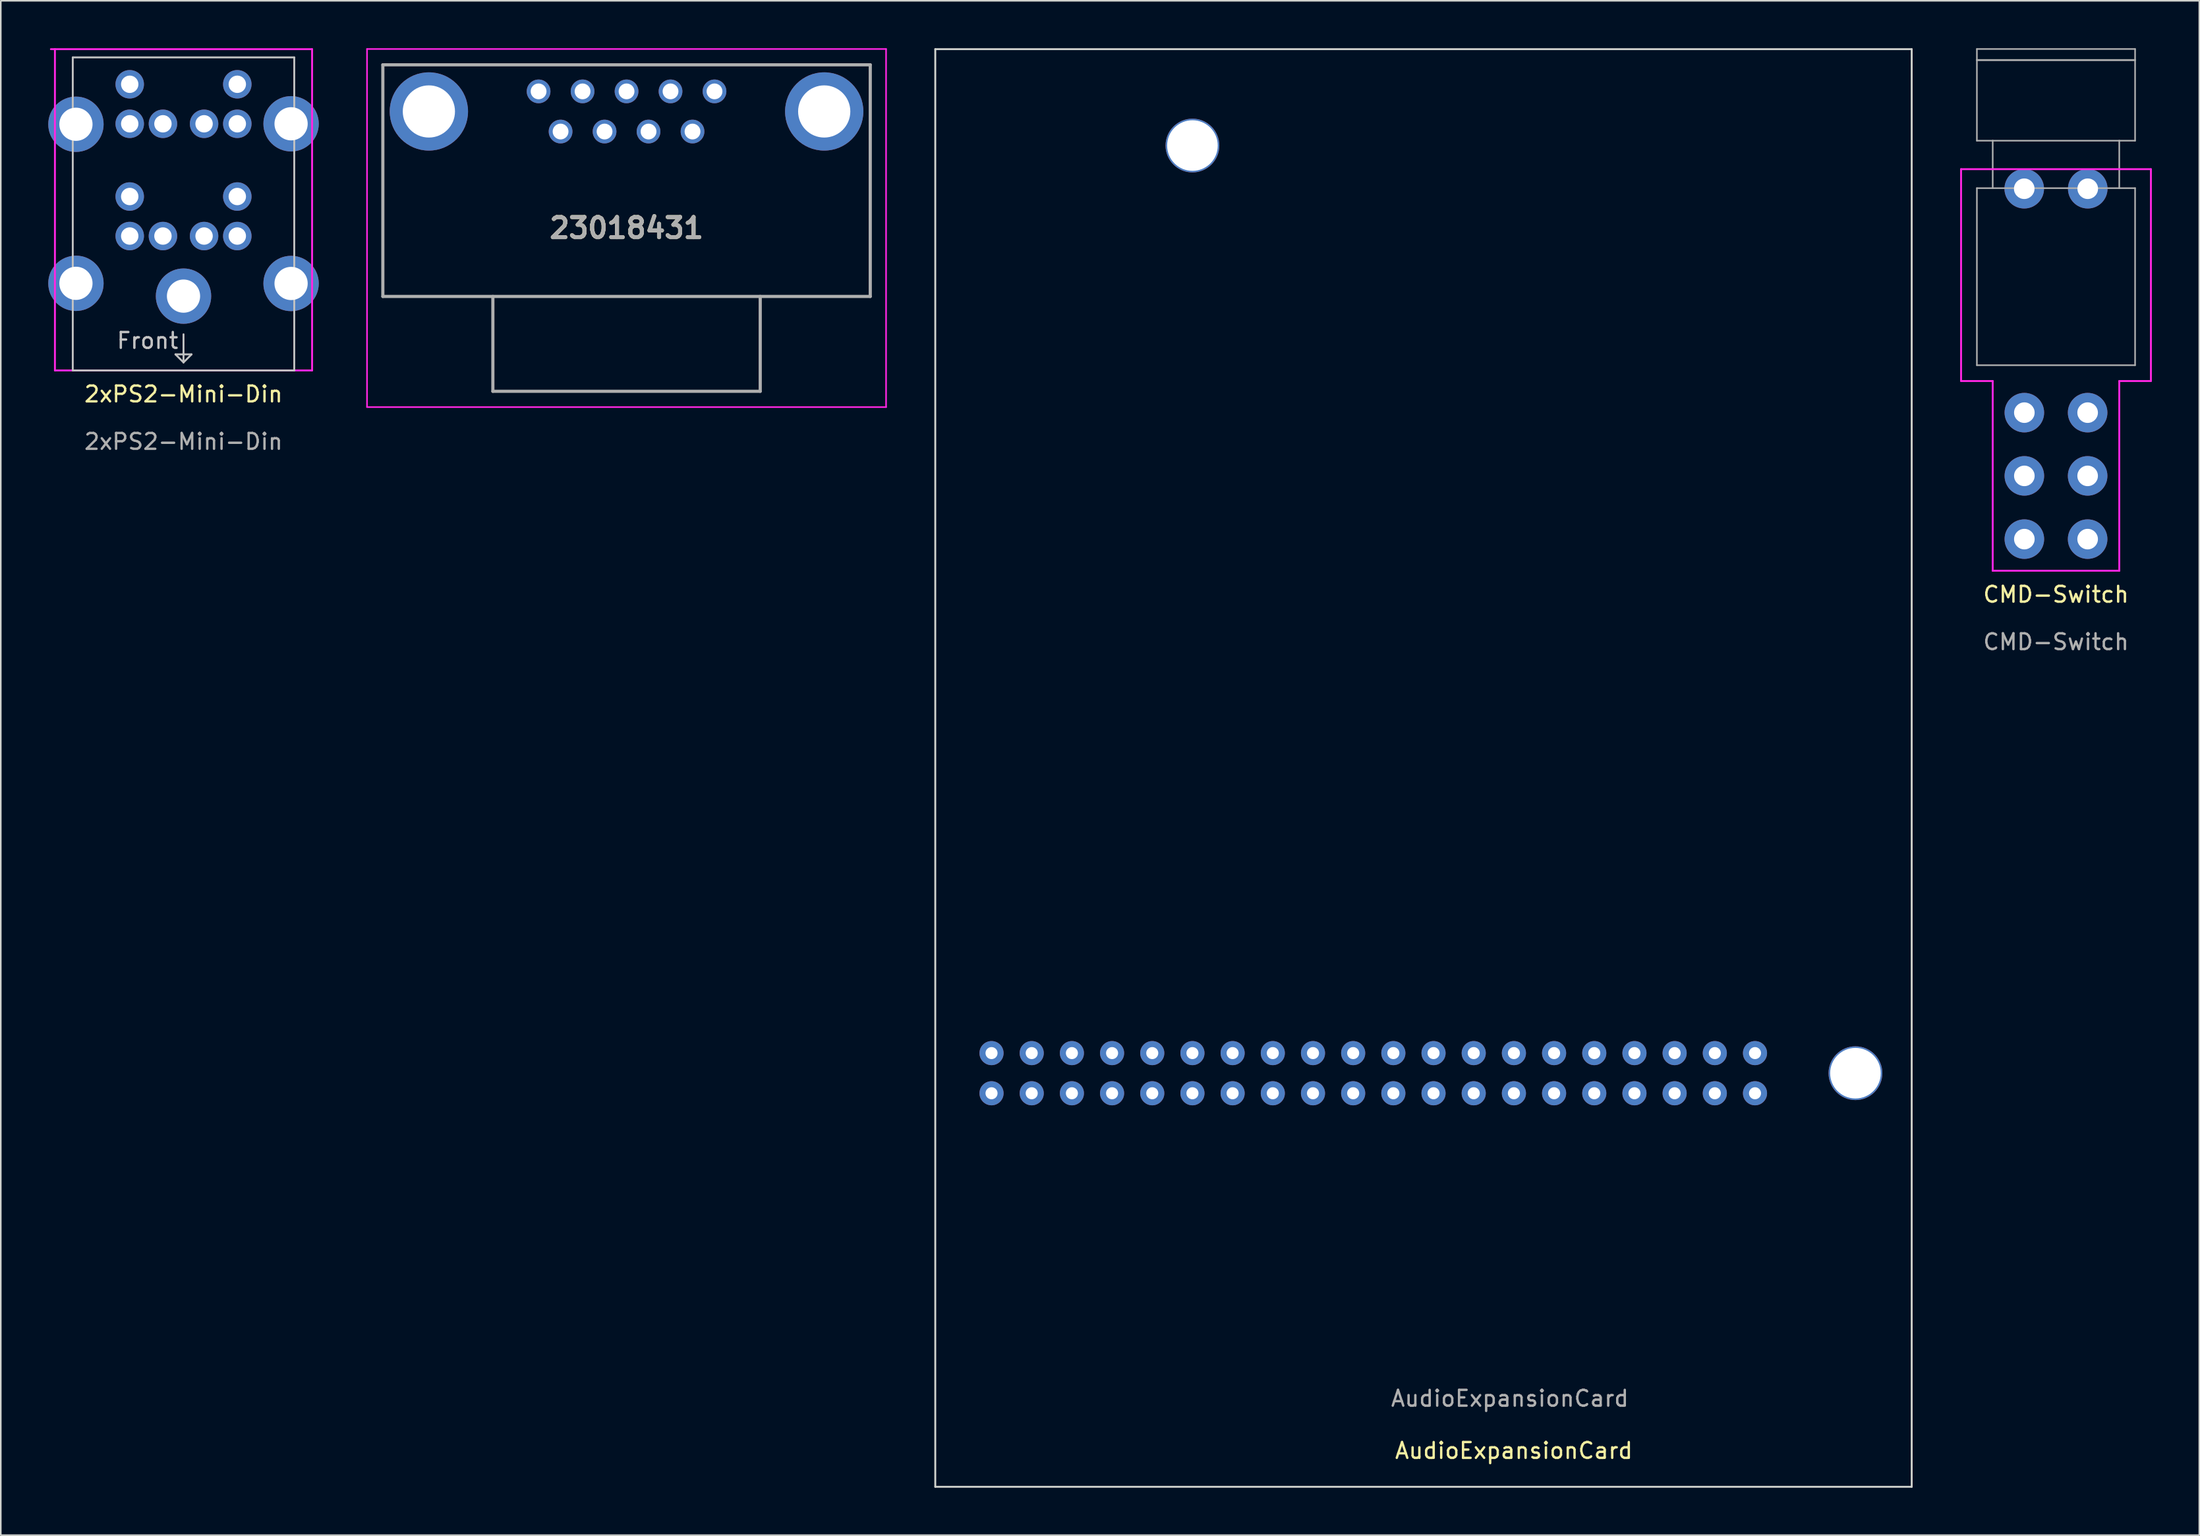
<source format=kicad_pcb>
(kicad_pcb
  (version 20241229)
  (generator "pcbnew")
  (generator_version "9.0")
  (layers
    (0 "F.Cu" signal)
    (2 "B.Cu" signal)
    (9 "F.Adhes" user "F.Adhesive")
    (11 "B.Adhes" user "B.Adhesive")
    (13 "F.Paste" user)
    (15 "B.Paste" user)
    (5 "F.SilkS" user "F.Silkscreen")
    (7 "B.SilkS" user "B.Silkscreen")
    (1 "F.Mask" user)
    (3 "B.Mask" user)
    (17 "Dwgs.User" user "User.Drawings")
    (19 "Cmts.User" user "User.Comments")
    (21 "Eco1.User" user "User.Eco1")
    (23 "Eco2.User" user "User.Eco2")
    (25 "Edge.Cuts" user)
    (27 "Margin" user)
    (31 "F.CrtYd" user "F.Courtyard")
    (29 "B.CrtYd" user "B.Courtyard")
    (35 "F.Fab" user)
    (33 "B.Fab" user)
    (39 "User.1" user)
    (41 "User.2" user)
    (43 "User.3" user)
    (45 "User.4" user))
  (footprint "AudioExpansionCard"
    (layer "F.Cu")
    (at 59.626 66.1)
    (property "Reference" "AudioExpansionCard" (at 33.02 22.606 0) (unlocked yes) (layer "F.SilkS") (effects (font (size 1 1) (thickness 0.15))))
    (fp_line (start -3.556 -66.04) (end -3.556 24.892) (stroke (width 0.12) (type default)) (layer "Edge.Cuts"))
    (fp_line (start -3.556 24.892) (end 58.166 24.892) (stroke (width 0.12) (type default)) (layer "Edge.Cuts"))
    (fp_line (start 58.166 -66.04) (end -3.556 -66.04) (stroke (width 0.12) (type default)) (layer "Edge.Cuts"))
    (fp_line (start 58.166 24.892) (end 58.166 -66.04) (stroke (width 0.12) (type default)) (layer "Edge.Cuts"))
    (fp_text user "${REFERENCE}" (at 32.766 19.304 0) (unlocked yes) (layer "F.Fab") (effects (font (size 1 1) (thickness 0.15))))
    (pad "" np_thru_hole circle (at 12.7 -59.944) (size 3.4 3.4) (drill 3.2) (layers "*.Cu" "*.Mask"))
    (pad "" np_thru_hole circle (at 54.61 -1.27) (size 3.4 3.4) (drill 3.2) (layers "*.Cu" "*.Mask"))
    (pad "1" thru_hole circle (at 0 0) (size 1.524 1.524) (drill 0.762) (layers "*.Cu" "*.Mask"))
    (pad "2" thru_hole circle (at 0 -2.54) (size 1.524 1.524) (drill 0.762) (layers "*.Cu" "*.Mask"))
    (pad "3" thru_hole circle (at 2.54 0) (size 1.524 1.524) (drill 0.762) (layers "*.Cu" "*.Mask"))
    (pad "4" thru_hole circle (at 2.54 -2.54) (size 1.524 1.524) (drill 0.762) (layers "*.Cu" "*.Mask"))
    (pad "5" thru_hole circle (at 5.08 0) (size 1.524 1.524) (drill 0.762) (layers "*.Cu" "*.Mask"))
    (pad "6" thru_hole circle (at 5.08 -2.54) (size 1.524 1.524) (drill 0.762) (layers "*.Cu" "*.Mask"))
    (pad "7" thru_hole circle (at 7.62 0) (size 1.524 1.524) (drill 0.762) (layers "*.Cu" "*.Mask"))
    (pad "8" thru_hole circle (at 7.62 -2.54) (size 1.524 1.524) (drill 0.762) (layers "*.Cu" "*.Mask"))
    (pad "9" thru_hole circle (at 10.16 0) (size 1.524 1.524) (drill 0.762) (layers "*.Cu" "*.Mask"))
    (pad "10" thru_hole circle (at 10.16 -2.54) (size 1.524 1.524) (drill 0.762) (layers "*.Cu" "*.Mask"))
    (pad "11" thru_hole circle (at 12.7 0) (size 1.524 1.524) (drill 0.762) (layers "*.Cu" "*.Mask"))
    (pad "12" thru_hole circle (at 12.7 -2.54) (size 1.524 1.524) (drill 0.762) (layers "*.Cu" "*.Mask"))
    (pad "13" thru_hole circle (at 15.24 0) (size 1.524 1.524) (drill 0.762) (layers "*.Cu" "*.Mask"))
    (pad "14" thru_hole circle (at 15.24 -2.54) (size 1.524 1.524) (drill 0.762) (layers "*.Cu" "*.Mask"))
    (pad "15" thru_hole circle (at 17.78 0) (size 1.524 1.524) (drill 0.762) (layers "*.Cu" "*.Mask"))
    (pad "16" thru_hole circle (at 17.78 -2.54) (size 1.524 1.524) (drill 0.762) (layers "*.Cu" "*.Mask"))
    (pad "17" thru_hole circle (at 20.32 0) (size 1.524 1.524) (drill 0.762) (layers "*.Cu" "*.Mask"))
    (pad "18" thru_hole circle (at 20.32 -2.54) (size 1.524 1.524) (drill 0.762) (layers "*.Cu" "*.Mask"))
    (pad "19" thru_hole circle (at 22.86 0) (size 1.524 1.524) (drill 0.762) (layers "*.Cu" "*.Mask"))
    (pad "20" thru_hole circle (at 22.86 -2.54) (size 1.524 1.524) (drill 0.762) (layers "*.Cu" "*.Mask"))
    (pad "21" thru_hole circle (at 25.4 0) (size 1.524 1.524) (drill 0.762) (layers "*.Cu" "*.Mask"))
    (pad "22" thru_hole circle (at 25.4 -2.54) (size 1.524 1.524) (drill 0.762) (layers "*.Cu" "*.Mask"))
    (pad "23" thru_hole circle (at 27.94 0) (size 1.524 1.524) (drill 0.762) (layers "*.Cu" "*.Mask"))
    (pad "24" thru_hole circle (at 27.94 -2.54) (size 1.524 1.524) (drill 0.762) (layers "*.Cu" "*.Mask"))
    (pad "25" thru_hole circle (at 30.48 0) (size 1.524 1.524) (drill 0.762) (layers "*.Cu" "*.Mask"))
    (pad "26" thru_hole circle (at 30.48 -2.54) (size 1.524 1.524) (drill 0.762) (layers "*.Cu" "*.Mask"))
    (pad "27" thru_hole circle (at 33.02 0) (size 1.524 1.524) (drill 0.762) (layers "*.Cu" "*.Mask"))
    (pad "28" thru_hole circle (at 33.02 -2.54) (size 1.524 1.524) (drill 0.762) (layers "*.Cu" "*.Mask"))
    (pad "29" thru_hole circle (at 35.56 0) (size 1.524 1.524) (drill 0.762) (layers "*.Cu" "*.Mask"))
    (pad "30" thru_hole circle (at 35.56 -2.54) (size 1.524 1.524) (drill 0.762) (layers "*.Cu" "*.Mask"))
    (pad "31" thru_hole circle (at 38.1 0) (size 1.524 1.524) (drill 0.762) (layers "*.Cu" "*.Mask"))
    (pad "32" thru_hole circle (at 38.1 -2.54) (size 1.524 1.524) (drill 0.762) (layers "*.Cu" "*.Mask"))
    (pad "33" thru_hole circle (at 40.64 0) (size 1.524 1.524) (drill 0.762) (layers "*.Cu" "*.Mask"))
    (pad "34" thru_hole circle (at 40.64 -2.54) (size 1.524 1.524) (drill 0.762) (layers "*.Cu" "*.Mask"))
    (pad "35" thru_hole circle (at 43.18 0) (size 1.524 1.524) (drill 0.762) (layers "*.Cu" "*.Mask"))
    (pad "36" thru_hole circle (at 43.18 -2.54) (size 1.524 1.524) (drill 0.762) (layers "*.Cu" "*.Mask"))
    (pad "37" thru_hole circle (at 45.72 0) (size 1.524 1.524) (drill 0.762) (layers "*.Cu" "*.Mask"))
    (pad "38" thru_hole circle (at 45.72 -2.54) (size 1.524 1.524) (drill 0.762) (layers "*.Cu" "*.Mask"))
    (pad "39" thru_hole circle (at 48.26 0) (size 1.524 1.524) (drill 0.762) (layers "*.Cu" "*.Mask"))
    (pad "40" thru_hole circle (at 48.26 -2.54) (size 1.524 1.524) (drill 0.762) (layers "*.Cu" "*.Mask")))
  (footprint "2xPS2-Mini-Din"
    (layer "F.Cu")
    (at 8.55 20.38)
    (property "Reference" "2xPS2-Mini-Din" (at 0 1.5 0) (unlocked yes) (layer "F.SilkS") (effects (font (size 1 1) (thickness 0.15))))
    (attr through_hole)
    (fp_line (start -7 -19.8) (end -7 0) (stroke (width 0.12) (type default)) (layer "Dwgs.User"))
    (fp_line (start -0.508 -1.016) (end 0.508 -1.016) (stroke (width 0.12) (type default)) (layer "Dwgs.User"))
    (fp_line (start 0 -0.508) (end -0.508 -1.016) (stroke (width 0.12) (type default)) (layer "Dwgs.User"))
    (fp_line (start 0 -0.508) (end 0 -2.286) (stroke (width 0.12) (type default)) (layer "Dwgs.User"))
    (fp_line (start 0 0) (end -7 0) (stroke (width 0.12) (type default)) (layer "Dwgs.User"))
    (fp_line (start 0 0) (end 7 0) (stroke (width 0.12) (type default)) (layer "Dwgs.User"))
    (fp_line (start 0.508 -1.016) (end 0 -0.508) (stroke (width 0.12) (type default)) (layer "Dwgs.User"))
    (fp_line (start 7 -19.8) (end -7 -19.8) (stroke (width 0.12) (type default)) (layer "Dwgs.User"))
    (fp_line (start 7 0) (end 7 -19.8) (stroke (width 0.12) (type default)) (layer "Dwgs.User"))
    (fp_line (start -8.382 -20.32) (end 8.128 -20.32) (stroke (width 0.12) (type default)) (layer "F.CrtYd"))
    (fp_line (start -8.128 0) (end -8.128 -20.32) (stroke (width 0.12) (type default)) (layer "F.CrtYd"))
    (fp_line (start 8.128 -20.32) (end 8.128 0) (stroke (width 0.12) (type default)) (layer "F.CrtYd"))
    (fp_line (start 8.128 0) (end -8.128 0) (stroke (width 0.12) (type default)) (layer "F.CrtYd"))
    (fp_text user "Front" (at -4.3 -1.3 0) (unlocked yes) (layer "Dwgs.User") (effects (font (size 1 1) (thickness 0.15)) (justify left bottom)))
    (fp_text user "${REFERENCE}" (at 0 4.5 0) (unlocked yes) (layer "F.Fab") (effects (font (size 1 1) (thickness 0.15))))
    (pad "1" thru_hole circle (at -1.3 -15.6 180) (size 1.8 1.8) (drill 1.1) (layers "*.Cu" "*.Mask"))
    (pad "2" thru_hole circle (at 1.3 -15.6 180) (size 1.8 1.8) (drill 1.1) (layers "*.Cu" "*.Mask"))
    (pad "3" thru_hole circle (at -3.4 -15.6 180) (size 1.8 1.8) (drill 1.1) (layers "*.Cu" "*.Mask"))
    (pad "4" thru_hole circle (at 3.4 -15.6 180) (size 1.8 1.8) (drill 1.1) (layers "*.Cu" "*.Mask"))
    (pad "5" thru_hole circle (at -3.4 -18.1 180) (size 1.8 1.8) (drill 1.1) (layers "*.Cu" "*.Mask"))
    (pad "6" thru_hole circle (at 3.4 -18.1 180) (size 1.8 1.8) (drill 1.1) (layers "*.Cu" "*.Mask"))
    (pad "7" thru_hole circle (at -1.3 -8.5 180) (size 1.8 1.8) (drill 1.1) (layers "*.Cu" "*.Mask"))
    (pad "8" thru_hole circle (at 1.3 -8.5 180) (size 1.8 1.8) (drill 1.1) (layers "*.Cu" "*.Mask"))
    (pad "9" thru_hole circle (at -3.4 -8.5 180) (size 1.8 1.8) (drill 1.1) (layers "*.Cu" "*.Mask"))
    (pad "10" thru_hole circle (at 3.4 -8.5 180) (size 1.8 1.8) (drill 1.1) (layers "*.Cu" "*.Mask"))
    (pad "11" thru_hole circle (at -3.4 -11 180) (size 1.8 1.8) (drill 1.1) (layers "*.Cu" "*.Mask"))
    (pad "12" thru_hole circle (at 3.4 -11 180) (size 1.8 1.8) (drill 1.1) (layers "*.Cu" "*.Mask"))
    (pad "G" thru_hole circle (at -6.8 -15.57) (size 3.5 3.5) (drill 2.1) (layers "*.Cu" "*.Mask"))
    (pad "G" thru_hole circle (at -6.8 -5.51) (size 3.5 3.5) (drill 2.1) (layers "*.Cu" "*.Mask"))
    (pad "G" thru_hole circle (at 0 -4.7) (size 3.5 3.5) (drill 2.1) (layers "*.Cu" "*.Mask"))
    (pad "G" thru_hole circle (at 6.8 -15.6) (size 3.5 3.5) (drill 2.1) (layers "*.Cu" "*.Mask"))
    (pad "G" thru_hole circle (at 6.8 -5.5) (size 3.5 3.5) (drill 2.1) (layers "*.Cu" "*.Mask")))
  (footprint "CMD-Switch"
    (layer "F.Cu")
    (at 126.912 35.05)
    (property "Reference" "CMD-Switch" (at 0 -0.5 0) (unlocked yes) (layer "F.SilkS") (effects (font (size 1 1) (thickness 0.15))))
    (attr through_hole)
    (fp_line (start -6 -27.4) (end 6 -27.4) (stroke (width 0.12) (type default)) (layer "F.CrtYd"))
    (fp_line (start -6 -14) (end -6 -27.4) (stroke (width 0.12) (type default)) (layer "F.CrtYd"))
    (fp_line (start -4 -14) (end -6 -14) (stroke (width 0.12) (type default)) (layer "F.CrtYd"))
    (fp_line (start -4 -2) (end -4 -14) (stroke (width 0.12) (type default)) (layer "F.CrtYd"))
    (fp_line (start 4 -14) (end 4 -2) (stroke (width 0.12) (type default)) (layer "F.CrtYd"))
    (fp_line (start 4 -2) (end -4 -2) (stroke (width 0.12) (type default)) (layer "F.CrtYd"))
    (fp_line (start 6 -27.4) (end 6 -14) (stroke (width 0.12) (type default)) (layer "F.CrtYd"))
    (fp_line (start 6 -14) (end 4 -14) (stroke (width 0.12) (type default)) (layer "F.CrtYd"))
    (fp_line (start -5 -35) (end -5 -29.2) (stroke (width 0.1) (type default)) (layer "F.Fab"))
    (fp_line (start -5 -26.2) (end -5 -15) (stroke (width 0.1) (type default)) (layer "F.Fab"))
    (fp_line (start -5 -26.2) (end 5 -26.2) (stroke (width 0.1) (type default)) (layer "F.Fab"))
    (fp_line (start -5 -15) (end 5 -15) (stroke (width 0.1) (type default)) (layer "F.Fab"))
    (fp_line (start -4 -29.2) (end -5 -29.2) (stroke (width 0.1) (type default)) (layer "F.Fab"))
    (fp_line (start -4 -29.2) (end 4 -29.2) (stroke (width 0.1) (type default)) (layer "F.Fab"))
    (fp_line (start -4 -26.2) (end -4 -29.2) (stroke (width 0.1) (type default)) (layer "F.Fab"))
    (fp_line (start 4 -29.2) (end 4 -26.2) (stroke (width 0.1) (type default)) (layer "F.Fab"))
    (fp_line (start 4 -26.2) (end 4 -26.2) (stroke (width 0.1) (type default)) (layer "F.Fab"))
    (fp_line (start 5 -35) (end -5 -35) (stroke (width 0.1) (type default)) (layer "F.Fab"))
    (fp_line (start 5 -35) (end 5 -29.2) (stroke (width 0.1) (type default)) (layer "F.Fab"))
    (fp_line (start 5 -34.3) (end -5 -34.3) (stroke (width 0.12) (type default)) (layer "F.Fab"))
    (fp_line (start 5 -29.2) (end 4 -29.2) (stroke (width 0.1) (type default)) (layer "F.Fab"))
    (fp_line (start 5 -15) (end 5 -26.2) (stroke (width 0.1) (type default)) (layer "F.Fab"))
    (fp_text user "${REFERENCE}" (at 0 2.5 0) (unlocked yes) (layer "F.Fab") (effects (font (size 1 1) (thickness 0.15))))
    (pad "1" thru_hole circle (at -2 -8) (size 2.5 2.5) (drill 1.3) (layers "*.Cu" "*.Mask"))
    (pad "2" thru_hole circle (at -2 -4) (size 2.5 2.5) (drill 1.3) (layers "*.Cu" "*.Mask"))
    (pad "3" thru_hole circle (at -2 -12) (size 2.5 2.5) (drill 1.3) (layers "*.Cu" "*.Mask"))
    (pad "4" thru_hole circle (at 2 -8) (size 2.5 2.5) (drill 1.3) (layers "*.Cu" "*.Mask"))
    (pad "5" thru_hole circle (at 2 -4) (size 2.5 2.5) (drill 1.3) (layers "*.Cu" "*.Mask"))
    (pad "6" thru_hole circle (at 2 -12) (size 2.5 2.5) (drill 1.3) (layers "*.Cu" "*.Mask"))
    (pad "G" thru_hole circle (at -2.007 -26.162) (size 2.5 2.5) (drill 1.3) (layers "*.Cu" "*.Mask"))
    (pad "G" thru_hole circle (at 2.007 -26.162) (size 2.5 2.5) (drill 1.3) (layers "*.Cu" "*.Mask")))
  (footprint "23018431"
    (layer "F.Cu")
    (at 30.995 2.73)
    (property "Reference" "23018431" (at 5.56 8.645 0) (layer "F.SilkS") (effects (font (size 1.27 1.27) (thickness 0.254))))
    (attr through_hole)
    (fp_line (start -9.845 -1.68) (end 20.965 -1.68) (stroke (width 0.1) (type solid)) (layer "F.SilkS"))
    (fp_line (start -9.845 12.97) (end -9.845 -1.68) (stroke (width 0.1) (type solid)) (layer "F.SilkS"))
    (fp_line (start 20.965 -1.68) (end 20.965 12.97) (stroke (width 0.1) (type solid)) (layer "F.SilkS"))
    (fp_line (start 20.965 12.97) (end -9.845 12.97) (stroke (width 0.1) (type solid)) (layer "F.SilkS"))
    (fp_line (start -10.845 -2.68) (end 21.965 -2.68) (stroke (width 0.1) (type solid)) (layer "F.CrtYd"))
    (fp_line (start -10.845 19.97) (end -10.845 -2.68) (stroke (width 0.1) (type solid)) (layer "F.CrtYd"))
    (fp_line (start 21.965 -2.68) (end 21.965 19.97) (stroke (width 0.1) (type solid)) (layer "F.CrtYd"))
    (fp_line (start 21.965 19.97) (end -10.845 19.97) (stroke (width 0.1) (type solid)) (layer "F.CrtYd"))
    (fp_line (start -9.845 -1.68) (end 20.965 -1.68) (stroke (width 0.2) (type solid)) (layer "F.Fab"))
    (fp_line (start -9.845 12.97) (end -9.845 -1.68) (stroke (width 0.2) (type solid)) (layer "F.Fab"))
    (fp_line (start -2.89 12.97) (end -2.89 18.97) (stroke (width 0.2) (type solid)) (layer "F.Fab"))
    (fp_line (start -2.89 18.97) (end 14.01 18.97) (stroke (width 0.2) (type solid)) (layer "F.Fab"))
    (fp_line (start 14.01 18.97) (end 14.01 12.97) (stroke (width 0.2) (type solid)) (layer "F.Fab"))
    (fp_line (start 20.965 -1.68) (end 20.965 12.97) (stroke (width 0.2) (type solid)) (layer "F.Fab"))
    (fp_line (start 20.965 12.97) (end -9.845 12.97) (stroke (width 0.2) (type solid)) (layer "F.Fab"))
    (fp_text user "${REFERENCE}" (at 5.56 8.645 0) (layer "F.Fab") (effects (font (size 1.27 1.27) (thickness 0.254))))
    (pad "1" thru_hole circle (at 0 0) (size 1.5 1.5) (drill 1) (layers "*.Cu" "*.Mask"))
    (pad "2" thru_hole circle (at 2.78 0) (size 1.5 1.5) (drill 1) (layers "*.Cu" "*.Mask"))
    (pad "3" thru_hole circle (at 5.56 0) (size 1.5 1.5) (drill 1) (layers "*.Cu" "*.Mask"))
    (pad "4" thru_hole circle (at 8.34 0) (size 1.5 1.5) (drill 1) (layers "*.Cu" "*.Mask"))
    (pad "5" thru_hole circle (at 11.12 0) (size 1.5 1.5) (drill 1) (layers "*.Cu" "*.Mask"))
    (pad "6" thru_hole circle (at 1.39 2.54) (size 1.5 1.5) (drill 1) (layers "*.Cu" "*.Mask"))
    (pad "7" thru_hole circle (at 4.17 2.54) (size 1.5 1.5) (drill 1) (layers "*.Cu" "*.Mask"))
    (pad "8" thru_hole circle (at 6.95 2.54) (size 1.5 1.5) (drill 1) (layers "*.Cu" "*.Mask"))
    (pad "9" thru_hole circle (at 9.73 2.54) (size 1.5 1.5) (drill 1) (layers "*.Cu" "*.Mask"))
    (pad "MH1" thru_hole circle (at -6.935 1.27) (size 4.95 4.95) (drill 3.3) (layers "*.Cu" "*.Mask"))
    (pad "MH2" thru_hole circle (at 18.055 1.27) (size 4.95 4.95) (drill 3.3) (layers "*.Cu" "*.Mask")))
  (gr_rect
    (start -3 -3)
    (end 135.972 94.052)
    (stroke (width 0.1) (type default))
    (fill no)
    (layer "Edge.Cuts")))
</source>
